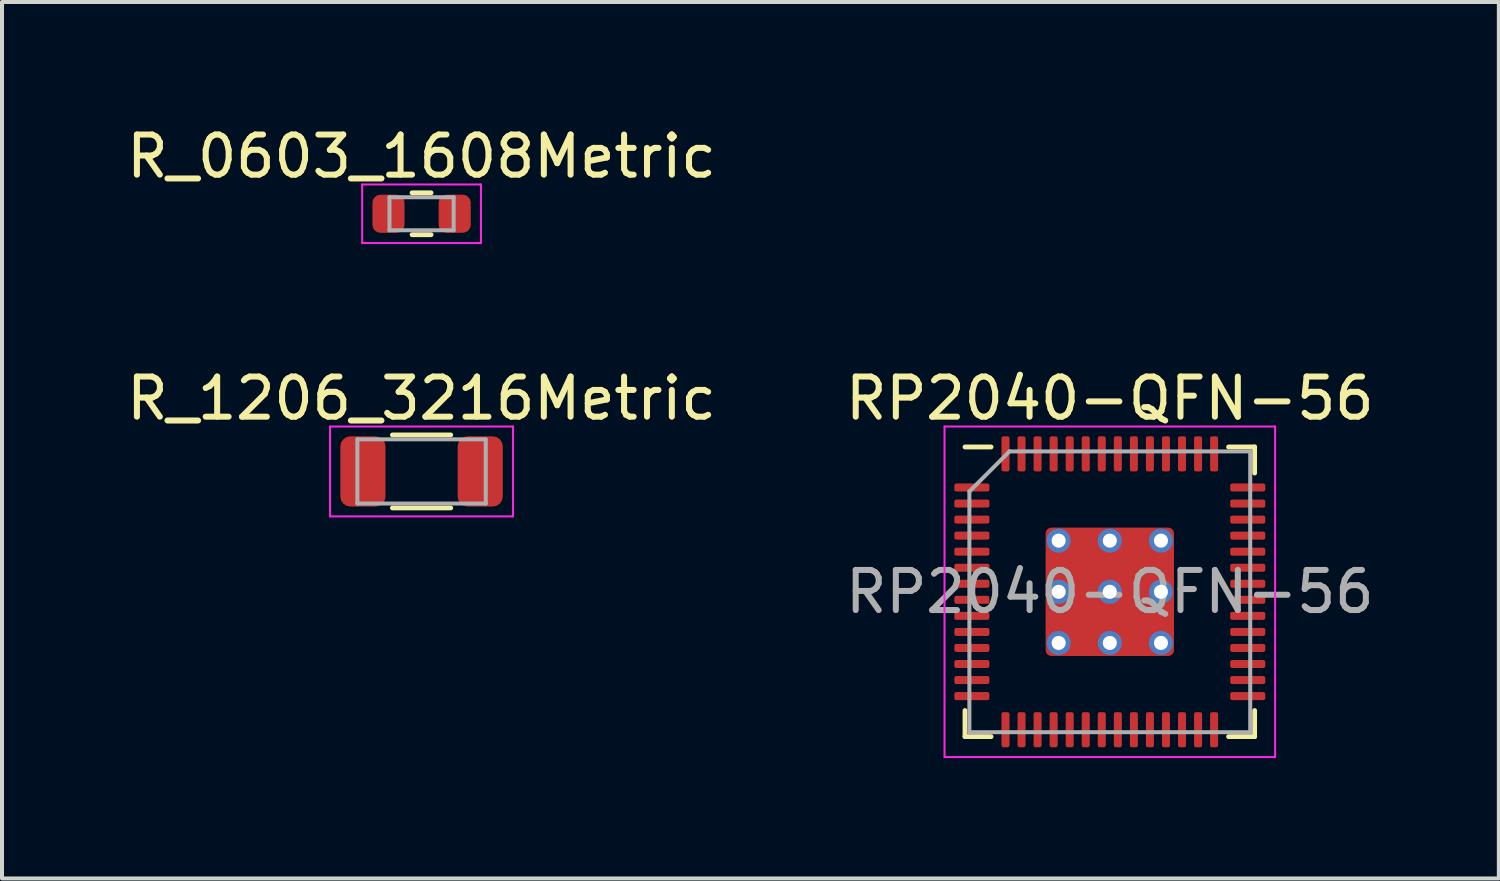
<source format=kicad_pcb>
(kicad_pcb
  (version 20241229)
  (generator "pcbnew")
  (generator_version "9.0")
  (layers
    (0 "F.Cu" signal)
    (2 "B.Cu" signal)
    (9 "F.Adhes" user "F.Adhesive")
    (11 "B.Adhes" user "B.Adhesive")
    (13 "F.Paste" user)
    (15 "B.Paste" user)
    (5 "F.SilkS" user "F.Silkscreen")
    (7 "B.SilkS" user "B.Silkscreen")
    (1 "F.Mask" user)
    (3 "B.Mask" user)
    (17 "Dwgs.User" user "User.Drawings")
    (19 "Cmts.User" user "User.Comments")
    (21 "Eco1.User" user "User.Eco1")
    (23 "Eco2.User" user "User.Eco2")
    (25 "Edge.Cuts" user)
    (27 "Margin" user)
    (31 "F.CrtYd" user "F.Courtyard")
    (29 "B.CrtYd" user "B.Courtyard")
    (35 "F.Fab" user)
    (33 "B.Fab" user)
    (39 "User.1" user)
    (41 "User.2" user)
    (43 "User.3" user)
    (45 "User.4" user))
  (footprint "R_0603_1608Metric"
    (layer "F.Cu")
    (at 7.458 2.278)
    (property "Reference" "R_0603_1608Metric" (at 0 -1.43 0) (layer "F.SilkS") (effects (font (size 1 1) (thickness 0.15))))
    (attr smd)
    (fp_line (start -0.237 -0.522) (end 0.237 -0.522) (stroke (width 0.12) (type solid)) (layer "F.SilkS"))
    (fp_line (start -0.237 0.522) (end 0.237 0.522) (stroke (width 0.12) (type solid)) (layer "F.SilkS"))
    (fp_line (start -1.48 -0.73) (end 1.48 -0.73) (stroke (width 0.05) (type solid)) (layer "F.CrtYd"))
    (fp_line (start -1.48 0.73) (end -1.48 -0.73) (stroke (width 0.05) (type solid)) (layer "F.CrtYd"))
    (fp_line (start 1.48 -0.73) (end 1.48 0.73) (stroke (width 0.05) (type solid)) (layer "F.CrtYd"))
    (fp_line (start 1.48 0.73) (end -1.48 0.73) (stroke (width 0.05) (type solid)) (layer "F.CrtYd"))
    (fp_line (start -0.8 -0.412) (end 0.8 -0.412) (stroke (width 0.1) (type solid)) (layer "F.Fab"))
    (fp_line (start -0.8 0.412) (end -0.8 -0.412) (stroke (width 0.1) (type solid)) (layer "F.Fab"))
    (fp_line (start 0.8 -0.412) (end 0.8 0.412) (stroke (width 0.1) (type solid)) (layer "F.Fab"))
    (fp_line (start 0.8 0.412) (end -0.8 0.412) (stroke (width 0.1) (type solid)) (layer "F.Fab"))
    (pad "1" smd roundrect (at -0.825 0) (size 0.8 0.95) (layers "F.Cu" "F.Mask" "F.Paste") (roundrect_rratio 0.25))
    (pad "2" smd roundrect (at 0.825 0) (size 0.8 0.95) (layers "F.Cu" "F.Mask" "F.Paste") (roundrect_rratio 0.25)))
  (footprint "RP2040-QFN-56"
    (layer "F.Cu")
    (at 24.613 11.701)
    (property "Reference" "RP2040-QFN-56" (at 0 -4.82 0) (layer "F.SilkS") (effects (font (size 1 1) (thickness 0.15))))
    (attr smd)
    (fp_line (start -3.61 3.61) (end -3.61 2.96) (stroke (width 0.12) (type solid)) (layer "F.SilkS"))
    (fp_line (start -2.96 -3.61) (end -3.61 -3.61) (stroke (width 0.12) (type solid)) (layer "F.SilkS"))
    (fp_line (start -2.96 3.61) (end -3.61 3.61) (stroke (width 0.12) (type solid)) (layer "F.SilkS"))
    (fp_line (start 2.96 -3.61) (end 3.61 -3.61) (stroke (width 0.12) (type solid)) (layer "F.SilkS"))
    (fp_line (start 2.96 3.61) (end 3.61 3.61) (stroke (width 0.12) (type solid)) (layer "F.SilkS"))
    (fp_line (start 3.61 -3.61) (end 3.61 -2.96) (stroke (width 0.12) (type solid)) (layer "F.SilkS"))
    (fp_line (start 3.61 3.61) (end 3.61 2.96) (stroke (width 0.12) (type solid)) (layer "F.SilkS"))
    (fp_line (start -4.12 -4.12) (end -4.12 4.12) (stroke (width 0.05) (type solid)) (layer "F.CrtYd"))
    (fp_line (start -4.12 4.12) (end 4.12 4.12) (stroke (width 0.05) (type solid)) (layer "F.CrtYd"))
    (fp_line (start 4.12 -4.12) (end -4.12 -4.12) (stroke (width 0.05) (type solid)) (layer "F.CrtYd"))
    (fp_line (start 4.12 4.12) (end 4.12 -4.12) (stroke (width 0.05) (type solid)) (layer "F.CrtYd"))
    (fp_line (start -3.5 -2.5) (end -2.5 -3.5) (stroke (width 0.1) (type solid)) (layer "F.Fab"))
    (fp_line (start -3.5 3.5) (end -3.5 -2.5) (stroke (width 0.1) (type solid)) (layer "F.Fab"))
    (fp_line (start -2.5 -3.5) (end 3.5 -3.5) (stroke (width 0.1) (type solid)) (layer "F.Fab"))
    (fp_line (start 3.5 -3.5) (end 3.5 3.5) (stroke (width 0.1) (type solid)) (layer "F.Fab"))
    (fp_line (start 3.5 3.5) (end -3.5 3.5) (stroke (width 0.1) (type solid)) (layer "F.Fab"))
    (fp_text user "${REFERENCE}" (at 0 0 0) (layer "F.Fab") (effects (font (size 1 1) (thickness 0.15))))
    (pad "" smd roundrect (at -0.637 -0.637) (size 1.084 1.084) (layers "F.Paste") (roundrect_rratio 0.231))
    (pad "" smd roundrect (at -0.637 0.637) (size 1.084 1.084) (layers "F.Paste") (roundrect_rratio 0.231))
    (pad "" smd roundrect (at 0.637 -0.637) (size 1.084 1.084) (layers "F.Paste") (roundrect_rratio 0.231))
    (pad "" smd roundrect (at 0.637 0.637) (size 1.084 1.084) (layers "F.Paste") (roundrect_rratio 0.231))
    (pad "1" smd roundrect (at -3.438 -2.6) (size 0.875 0.2) (layers "F.Cu" "F.Mask" "F.Paste") (roundrect_rratio 0.25))
    (pad "2" smd roundrect (at -3.438 -2.2) (size 0.875 0.2) (layers "F.Cu" "F.Mask" "F.Paste") (roundrect_rratio 0.25))
    (pad "3" smd roundrect (at -3.438 -1.8) (size 0.875 0.2) (layers "F.Cu" "F.Mask" "F.Paste") (roundrect_rratio 0.25))
    (pad "4" smd roundrect (at -3.438 -1.4) (size 0.875 0.2) (layers "F.Cu" "F.Mask" "F.Paste") (roundrect_rratio 0.25))
    (pad "5" smd roundrect (at -3.438 -1) (size 0.875 0.2) (layers "F.Cu" "F.Mask" "F.Paste") (roundrect_rratio 0.25))
    (pad "6" smd roundrect (at -3.438 -0.6) (size 0.875 0.2) (layers "F.Cu" "F.Mask" "F.Paste") (roundrect_rratio 0.25))
    (pad "7" smd roundrect (at -3.438 -0.2) (size 0.875 0.2) (layers "F.Cu" "F.Mask" "F.Paste") (roundrect_rratio 0.25))
    (pad "8" smd roundrect (at -3.438 0.2) (size 0.875 0.2) (layers "F.Cu" "F.Mask" "F.Paste") (roundrect_rratio 0.25))
    (pad "9" smd roundrect (at -3.438 0.6) (size 0.875 0.2) (layers "F.Cu" "F.Mask" "F.Paste") (roundrect_rratio 0.25))
    (pad "10" smd roundrect (at -3.438 1) (size 0.875 0.2) (layers "F.Cu" "F.Mask" "F.Paste") (roundrect_rratio 0.25))
    (pad "11" smd roundrect (at -3.438 1.4) (size 0.875 0.2) (layers "F.Cu" "F.Mask" "F.Paste") (roundrect_rratio 0.25))
    (pad "12" smd roundrect (at -3.438 1.8) (size 0.875 0.2) (layers "F.Cu" "F.Mask" "F.Paste") (roundrect_rratio 0.25))
    (pad "13" smd roundrect (at -3.438 2.2) (size 0.875 0.2) (layers "F.Cu" "F.Mask" "F.Paste") (roundrect_rratio 0.25))
    (pad "14" smd roundrect (at -3.438 2.6) (size 0.875 0.2) (layers "F.Cu" "F.Mask" "F.Paste") (roundrect_rratio 0.25))
    (pad "15" smd roundrect (at -2.6 3.438) (size 0.2 0.875) (layers "F.Cu" "F.Mask" "F.Paste") (roundrect_rratio 0.25))
    (pad "16" smd roundrect (at -2.2 3.438) (size 0.2 0.875) (layers "F.Cu" "F.Mask" "F.Paste") (roundrect_rratio 0.25))
    (pad "17" smd roundrect (at -1.8 3.438) (size 0.2 0.875) (layers "F.Cu" "F.Mask" "F.Paste") (roundrect_rratio 0.25))
    (pad "18" smd roundrect (at -1.4 3.438) (size 0.2 0.875) (layers "F.Cu" "F.Mask" "F.Paste") (roundrect_rratio 0.25))
    (pad "19" smd roundrect (at -1 3.438) (size 0.2 0.875) (layers "F.Cu" "F.Mask" "F.Paste") (roundrect_rratio 0.25))
    (pad "20" smd roundrect (at -0.6 3.438) (size 0.2 0.875) (layers "F.Cu" "F.Mask" "F.Paste") (roundrect_rratio 0.25))
    (pad "21" smd roundrect (at -0.2 3.438) (size 0.2 0.875) (layers "F.Cu" "F.Mask" "F.Paste") (roundrect_rratio 0.25))
    (pad "22" smd roundrect (at 0.2 3.438) (size 0.2 0.875) (layers "F.Cu" "F.Mask" "F.Paste") (roundrect_rratio 0.25))
    (pad "23" smd roundrect (at 0.6 3.438) (size 0.2 0.875) (layers "F.Cu" "F.Mask" "F.Paste") (roundrect_rratio 0.25))
    (pad "24" smd roundrect (at 1 3.438) (size 0.2 0.875) (layers "F.Cu" "F.Mask" "F.Paste") (roundrect_rratio 0.25))
    (pad "25" smd roundrect (at 1.4 3.438) (size 0.2 0.875) (layers "F.Cu" "F.Mask" "F.Paste") (roundrect_rratio 0.25))
    (pad "26" smd roundrect (at 1.8 3.438) (size 0.2 0.875) (layers "F.Cu" "F.Mask" "F.Paste") (roundrect_rratio 0.25))
    (pad "27" smd roundrect (at 2.2 3.438) (size 0.2 0.875) (layers "F.Cu" "F.Mask" "F.Paste") (roundrect_rratio 0.25))
    (pad "28" smd roundrect (at 2.6 3.438) (size 0.2 0.875) (layers "F.Cu" "F.Mask" "F.Paste") (roundrect_rratio 0.25))
    (pad "29" smd roundrect (at 3.438 2.6) (size 0.875 0.2) (layers "F.Cu" "F.Mask" "F.Paste") (roundrect_rratio 0.25))
    (pad "30" smd roundrect (at 3.438 2.2) (size 0.875 0.2) (layers "F.Cu" "F.Mask" "F.Paste") (roundrect_rratio 0.25))
    (pad "31" smd roundrect (at 3.438 1.8) (size 0.875 0.2) (layers "F.Cu" "F.Mask" "F.Paste") (roundrect_rratio 0.25))
    (pad "32" smd roundrect (at 3.438 1.4) (size 0.875 0.2) (layers "F.Cu" "F.Mask" "F.Paste") (roundrect_rratio 0.25))
    (pad "33" smd roundrect (at 3.438 1) (size 0.875 0.2) (layers "F.Cu" "F.Mask" "F.Paste") (roundrect_rratio 0.25))
    (pad "34" smd roundrect (at 3.438 0.6) (size 0.875 0.2) (layers "F.Cu" "F.Mask" "F.Paste") (roundrect_rratio 0.25))
    (pad "35" smd roundrect (at 3.438 0.2) (size 0.875 0.2) (layers "F.Cu" "F.Mask" "F.Paste") (roundrect_rratio 0.25))
    (pad "36" smd roundrect (at 3.438 -0.2) (size 0.875 0.2) (layers "F.Cu" "F.Mask" "F.Paste") (roundrect_rratio 0.25))
    (pad "37" smd roundrect (at 3.438 -0.6) (size 0.875 0.2) (layers "F.Cu" "F.Mask" "F.Paste") (roundrect_rratio 0.25))
    (pad "38" smd roundrect (at 3.438 -1) (size 0.875 0.2) (layers "F.Cu" "F.Mask" "F.Paste") (roundrect_rratio 0.25))
    (pad "39" smd roundrect (at 3.438 -1.4) (size 0.875 0.2) (layers "F.Cu" "F.Mask" "F.Paste") (roundrect_rratio 0.25))
    (pad "40" smd roundrect (at 3.438 -1.8) (size 0.875 0.2) (layers "F.Cu" "F.Mask" "F.Paste") (roundrect_rratio 0.25))
    (pad "41" smd roundrect (at 3.438 -2.2) (size 0.875 0.2) (layers "F.Cu" "F.Mask" "F.Paste") (roundrect_rratio 0.25))
    (pad "42" smd roundrect (at 3.438 -2.6) (size 0.875 0.2) (layers "F.Cu" "F.Mask" "F.Paste") (roundrect_rratio 0.25))
    (pad "43" smd roundrect (at 2.6 -3.438) (size 0.2 0.875) (layers "F.Cu" "F.Mask" "F.Paste") (roundrect_rratio 0.25))
    (pad "44" smd roundrect (at 2.2 -3.438) (size 0.2 0.875) (layers "F.Cu" "F.Mask" "F.Paste") (roundrect_rratio 0.25))
    (pad "45" smd roundrect (at 1.8 -3.438) (size 0.2 0.875) (layers "F.Cu" "F.Mask" "F.Paste") (roundrect_rratio 0.25))
    (pad "46" smd roundrect (at 1.4 -3.438) (size 0.2 0.875) (layers "F.Cu" "F.Mask" "F.Paste") (roundrect_rratio 0.25))
    (pad "47" smd roundrect (at 1 -3.438) (size 0.2 0.875) (layers "F.Cu" "F.Mask" "F.Paste") (roundrect_rratio 0.25))
    (pad "48" smd roundrect (at 0.6 -3.438) (size 0.2 0.875) (layers "F.Cu" "F.Mask" "F.Paste") (roundrect_rratio 0.25))
    (pad "49" smd roundrect (at 0.2 -3.438) (size 0.2 0.875) (layers "F.Cu" "F.Mask" "F.Paste") (roundrect_rratio 0.25))
    (pad "50" smd roundrect (at -0.2 -3.438) (size 0.2 0.875) (layers "F.Cu" "F.Mask" "F.Paste") (roundrect_rratio 0.25))
    (pad "51" smd roundrect (at -0.6 -3.438) (size 0.2 0.875) (layers "F.Cu" "F.Mask" "F.Paste") (roundrect_rratio 0.25))
    (pad "52" smd roundrect (at -1 -3.438) (size 0.2 0.875) (layers "F.Cu" "F.Mask" "F.Paste") (roundrect_rratio 0.25))
    (pad "53" smd roundrect (at -1.4 -3.438) (size 0.2 0.875) (layers "F.Cu" "F.Mask" "F.Paste") (roundrect_rratio 0.25))
    (pad "54" smd roundrect (at -1.8 -3.438) (size 0.2 0.875) (layers "F.Cu" "F.Mask" "F.Paste") (roundrect_rratio 0.25))
    (pad "55" smd roundrect (at -2.2 -3.438) (size 0.2 0.875) (layers "F.Cu" "F.Mask" "F.Paste") (roundrect_rratio 0.25))
    (pad "56" smd roundrect (at -2.6 -3.438) (size 0.2 0.875) (layers "F.Cu" "F.Mask" "F.Paste") (roundrect_rratio 0.25))
    (pad "57" thru_hole circle (at -1.275 -1.275) (size 0.6 0.6) (drill 0.35) (layers "*.Cu"))
    (pad "57" thru_hole circle (at -1.275 0) (size 0.6 0.6) (drill 0.35) (layers "*.Cu"))
    (pad "57" thru_hole circle (at -1.275 1.275) (size 0.6 0.6) (drill 0.35) (layers "*.Cu"))
    (pad "57" thru_hole circle (at 0 -1.275) (size 0.6 0.6) (drill 0.35) (layers "*.Cu"))
    (pad "57" thru_hole circle (at 0 0) (size 0.6 0.6) (drill 0.35) (layers "*.Cu"))
    (pad "57" smd roundrect (at 0 0) (size 3.2 3.2) (layers "F.Cu" "F.Mask") (roundrect_rratio 0.045))
    (pad "57" thru_hole circle (at 0 1.275) (size 0.6 0.6) (drill 0.35) (layers "*.Cu"))
    (pad "57" thru_hole circle (at 1.275 -1.275) (size 0.6 0.6) (drill 0.35) (layers "*.Cu"))
    (pad "57" thru_hole circle (at 1.275 0) (size 0.6 0.6) (drill 0.35) (layers "*.Cu"))
    (pad "57" thru_hole circle (at 1.275 1.275) (size 0.6 0.6) (drill 0.35) (layers "*.Cu")))
  (footprint "R_1206_3216Metric"
    (layer "F.Cu")
    (at 7.458 8.701)
    (property "Reference" "R_1206_3216Metric" (at 0 -1.82 0) (layer "F.SilkS") (effects (font (size 1 1) (thickness 0.15))))
    (attr smd)
    (fp_line (start -0.727 -0.91) (end 0.727 -0.91) (stroke (width 0.12) (type solid)) (layer "F.SilkS"))
    (fp_line (start -0.727 0.91) (end 0.727 0.91) (stroke (width 0.12) (type solid)) (layer "F.SilkS"))
    (fp_line (start -2.28 -1.12) (end 2.28 -1.12) (stroke (width 0.05) (type solid)) (layer "F.CrtYd"))
    (fp_line (start -2.28 1.12) (end -2.28 -1.12) (stroke (width 0.05) (type solid)) (layer "F.CrtYd"))
    (fp_line (start 2.28 -1.12) (end 2.28 1.12) (stroke (width 0.05) (type solid)) (layer "F.CrtYd"))
    (fp_line (start 2.28 1.12) (end -2.28 1.12) (stroke (width 0.05) (type solid)) (layer "F.CrtYd"))
    (fp_line (start -1.6 -0.8) (end 1.6 -0.8) (stroke (width 0.1) (type solid)) (layer "F.Fab"))
    (fp_line (start -1.6 0.8) (end -1.6 -0.8) (stroke (width 0.1) (type solid)) (layer "F.Fab"))
    (fp_line (start 1.6 -0.8) (end 1.6 0.8) (stroke (width 0.1) (type solid)) (layer "F.Fab"))
    (fp_line (start 1.6 0.8) (end -1.6 0.8) (stroke (width 0.1) (type solid)) (layer "F.Fab"))
    (pad "1" smd roundrect (at -1.462 0) (size 1.125 1.75) (layers "F.Cu" "F.Mask" "F.Paste") (roundrect_rratio 0.222))
    (pad "2" smd roundrect (at 1.462 0) (size 1.125 1.75) (layers "F.Cu" "F.Mask" "F.Paste") (roundrect_rratio 0.222)))
  (gr_rect
    (start -3 -3)
    (end 34.31 18.846)
    (stroke (width 0.1) (type default))
    (fill no)
    (layer "Edge.Cuts")))
</source>
